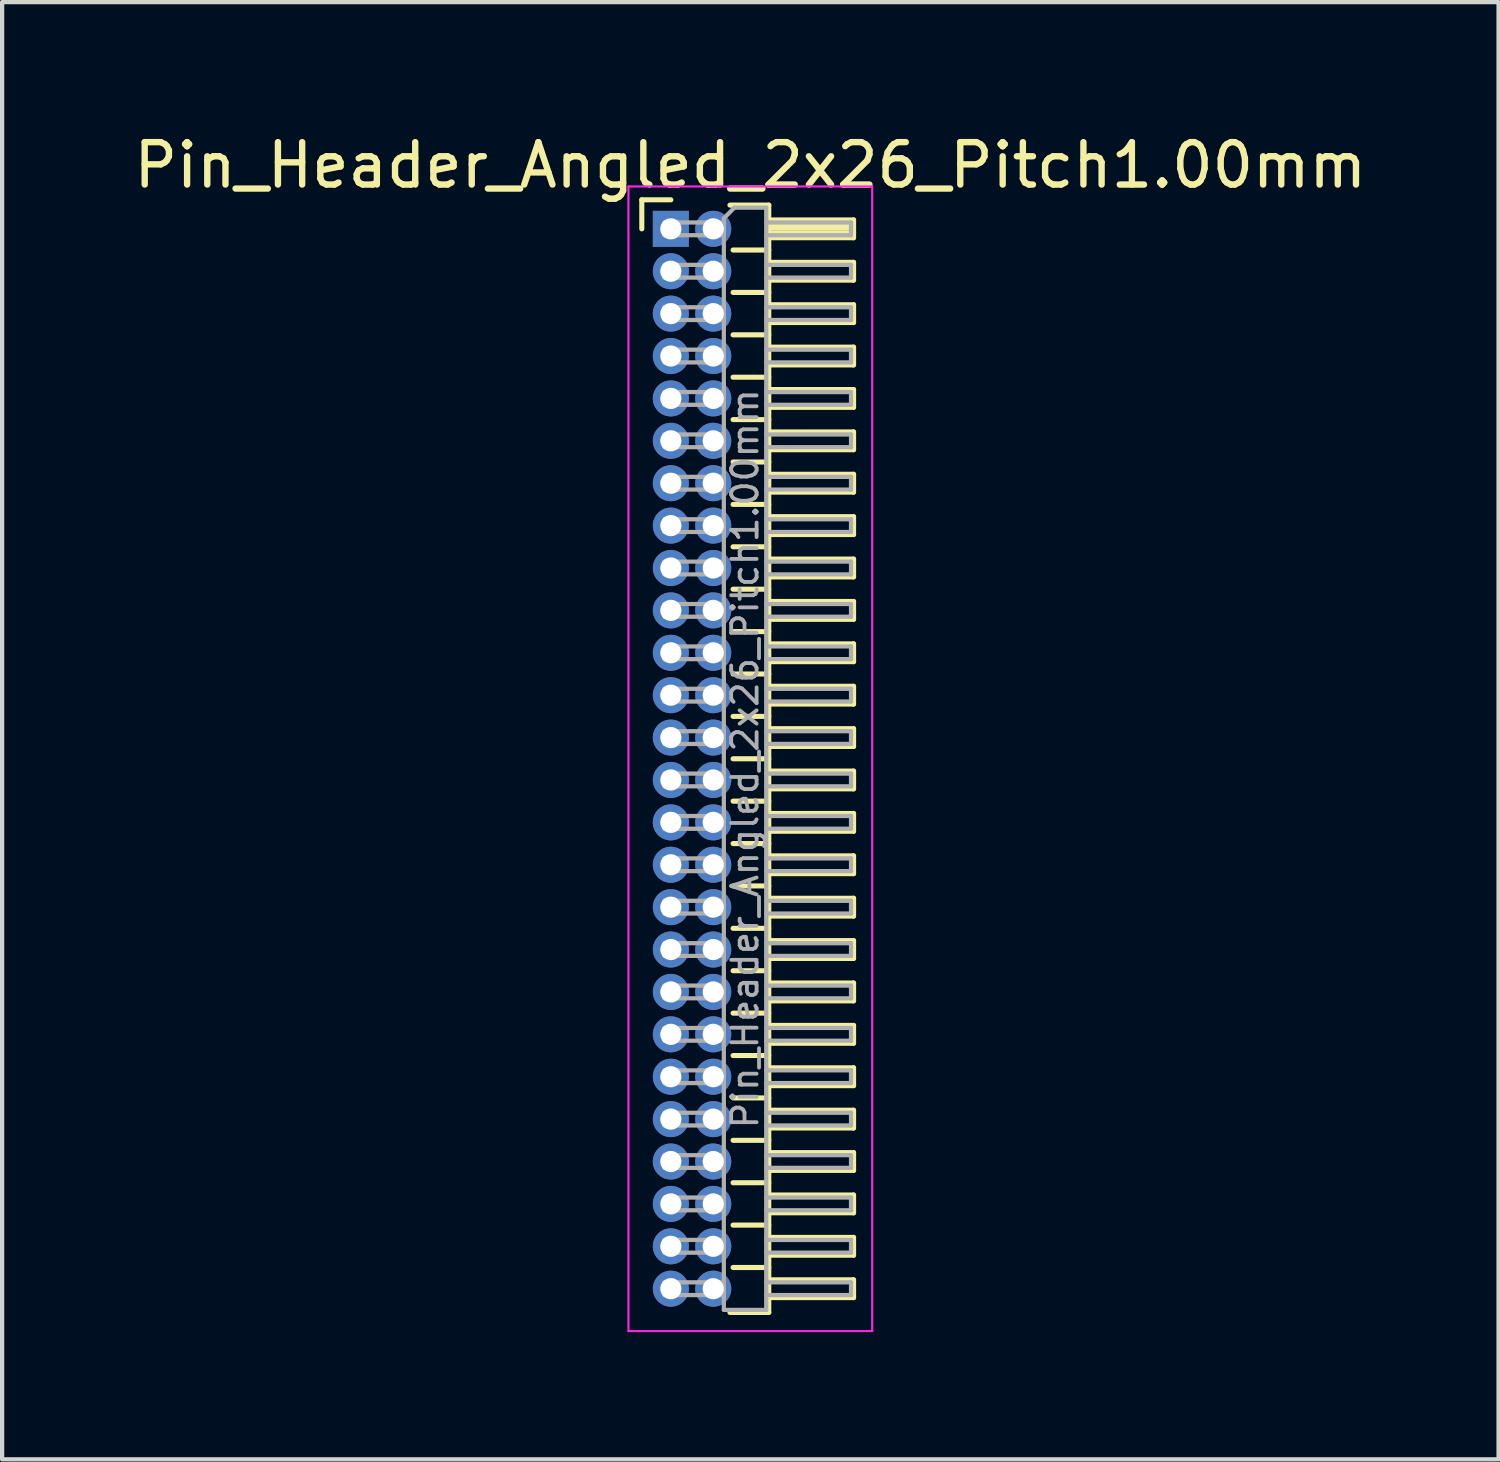
<source format=kicad_pcb>
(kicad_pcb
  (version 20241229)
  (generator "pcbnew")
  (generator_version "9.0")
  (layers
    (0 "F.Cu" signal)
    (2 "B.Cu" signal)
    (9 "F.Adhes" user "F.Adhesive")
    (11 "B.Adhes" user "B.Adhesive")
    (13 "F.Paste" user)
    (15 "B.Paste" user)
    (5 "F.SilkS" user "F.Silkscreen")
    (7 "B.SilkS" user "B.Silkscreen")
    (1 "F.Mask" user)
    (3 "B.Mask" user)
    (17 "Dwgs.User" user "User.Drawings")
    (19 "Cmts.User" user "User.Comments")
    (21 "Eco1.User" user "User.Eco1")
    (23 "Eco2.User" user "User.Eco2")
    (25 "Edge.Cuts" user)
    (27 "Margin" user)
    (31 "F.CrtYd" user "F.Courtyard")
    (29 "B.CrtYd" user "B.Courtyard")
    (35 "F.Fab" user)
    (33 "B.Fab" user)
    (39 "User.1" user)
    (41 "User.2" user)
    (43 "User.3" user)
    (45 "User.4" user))
  (footprint "Pin_Header_Angled_2x26_Pitch1.00mm"
    (layer "F.Cu")
    (at 12.774 2.348)
    (property "Reference" "Pin_Header_Angled_2x26_Pitch1.00mm" (at 1.875 -1.5 0) (layer "F.SilkS") (effects (font (size 1 1) (thickness 0.15))))
    (attr through_hole)
    (fp_line (start -0.685 -0.685) (end 0 -0.685) (stroke (width 0.12) (type solid)) (layer "F.SilkS"))
    (fp_line (start -0.685 0) (end -0.685 -0.685) (stroke (width 0.12) (type solid)) (layer "F.SilkS"))
    (fp_line (start 1.394 -0.56) (end 2.31 -0.56) (stroke (width 0.12) (type solid)) (layer "F.SilkS"))
    (fp_line (start 1.468 0.5) (end 2.31 0.5) (stroke (width 0.12) (type solid)) (layer "F.SilkS"))
    (fp_line (start 1.468 1.5) (end 2.31 1.5) (stroke (width 0.12) (type solid)) (layer "F.SilkS"))
    (fp_line (start 1.468 2.5) (end 2.31 2.5) (stroke (width 0.12) (type solid)) (layer "F.SilkS"))
    (fp_line (start 1.468 3.5) (end 2.31 3.5) (stroke (width 0.12) (type solid)) (layer "F.SilkS"))
    (fp_line (start 1.468 4.5) (end 2.31 4.5) (stroke (width 0.12) (type solid)) (layer "F.SilkS"))
    (fp_line (start 1.468 5.5) (end 2.31 5.5) (stroke (width 0.12) (type solid)) (layer "F.SilkS"))
    (fp_line (start 1.468 6.5) (end 2.31 6.5) (stroke (width 0.12) (type solid)) (layer "F.SilkS"))
    (fp_line (start 1.468 7.5) (end 2.31 7.5) (stroke (width 0.12) (type solid)) (layer "F.SilkS"))
    (fp_line (start 1.468 8.5) (end 2.31 8.5) (stroke (width 0.12) (type solid)) (layer "F.SilkS"))
    (fp_line (start 1.468 9.5) (end 2.31 9.5) (stroke (width 0.12) (type solid)) (layer "F.SilkS"))
    (fp_line (start 1.468 10.5) (end 2.31 10.5) (stroke (width 0.12) (type solid)) (layer "F.SilkS"))
    (fp_line (start 1.468 11.5) (end 2.31 11.5) (stroke (width 0.12) (type solid)) (layer "F.SilkS"))
    (fp_line (start 1.468 12.5) (end 2.31 12.5) (stroke (width 0.12) (type solid)) (layer "F.SilkS"))
    (fp_line (start 1.468 13.5) (end 2.31 13.5) (stroke (width 0.12) (type solid)) (layer "F.SilkS"))
    (fp_line (start 1.468 14.5) (end 2.31 14.5) (stroke (width 0.12) (type solid)) (layer "F.SilkS"))
    (fp_line (start 1.468 15.5) (end 2.31 15.5) (stroke (width 0.12) (type solid)) (layer "F.SilkS"))
    (fp_line (start 1.468 16.5) (end 2.31 16.5) (stroke (width 0.12) (type solid)) (layer "F.SilkS"))
    (fp_line (start 1.468 17.5) (end 2.31 17.5) (stroke (width 0.12) (type solid)) (layer "F.SilkS"))
    (fp_line (start 1.468 18.5) (end 2.31 18.5) (stroke (width 0.12) (type solid)) (layer "F.SilkS"))
    (fp_line (start 1.468 19.5) (end 2.31 19.5) (stroke (width 0.12) (type solid)) (layer "F.SilkS"))
    (fp_line (start 1.468 20.5) (end 2.31 20.5) (stroke (width 0.12) (type solid)) (layer "F.SilkS"))
    (fp_line (start 1.468 21.5) (end 2.31 21.5) (stroke (width 0.12) (type solid)) (layer "F.SilkS"))
    (fp_line (start 1.468 22.5) (end 2.31 22.5) (stroke (width 0.12) (type solid)) (layer "F.SilkS"))
    (fp_line (start 1.468 23.5) (end 2.31 23.5) (stroke (width 0.12) (type solid)) (layer "F.SilkS"))
    (fp_line (start 1.468 24.5) (end 2.31 24.5) (stroke (width 0.12) (type solid)) (layer "F.SilkS"))
    (fp_line (start 2.31 -0.56) (end 2.31 25.56) (stroke (width 0.12) (type solid)) (layer "F.SilkS"))
    (fp_line (start 2.31 -0.21) (end 4.31 -0.21) (stroke (width 0.12) (type solid)) (layer "F.SilkS"))
    (fp_line (start 2.31 -0.15) (end 4.31 -0.15) (stroke (width 0.12) (type solid)) (layer "F.SilkS"))
    (fp_line (start 2.31 -0.03) (end 4.31 -0.03) (stroke (width 0.12) (type solid)) (layer "F.SilkS"))
    (fp_line (start 2.31 0.09) (end 4.31 0.09) (stroke (width 0.12) (type solid)) (layer "F.SilkS"))
    (fp_line (start 2.31 0.79) (end 4.31 0.79) (stroke (width 0.12) (type solid)) (layer "F.SilkS"))
    (fp_line (start 2.31 1.79) (end 4.31 1.79) (stroke (width 0.12) (type solid)) (layer "F.SilkS"))
    (fp_line (start 2.31 2.79) (end 4.31 2.79) (stroke (width 0.12) (type solid)) (layer "F.SilkS"))
    (fp_line (start 2.31 3.79) (end 4.31 3.79) (stroke (width 0.12) (type solid)) (layer "F.SilkS"))
    (fp_line (start 2.31 4.79) (end 4.31 4.79) (stroke (width 0.12) (type solid)) (layer "F.SilkS"))
    (fp_line (start 2.31 5.79) (end 4.31 5.79) (stroke (width 0.12) (type solid)) (layer "F.SilkS"))
    (fp_line (start 2.31 6.79) (end 4.31 6.79) (stroke (width 0.12) (type solid)) (layer "F.SilkS"))
    (fp_line (start 2.31 7.79) (end 4.31 7.79) (stroke (width 0.12) (type solid)) (layer "F.SilkS"))
    (fp_line (start 2.31 8.79) (end 4.31 8.79) (stroke (width 0.12) (type solid)) (layer "F.SilkS"))
    (fp_line (start 2.31 9.79) (end 4.31 9.79) (stroke (width 0.12) (type solid)) (layer "F.SilkS"))
    (fp_line (start 2.31 10.79) (end 4.31 10.79) (stroke (width 0.12) (type solid)) (layer "F.SilkS"))
    (fp_line (start 2.31 11.79) (end 4.31 11.79) (stroke (width 0.12) (type solid)) (layer "F.SilkS"))
    (fp_line (start 2.31 12.79) (end 4.31 12.79) (stroke (width 0.12) (type solid)) (layer "F.SilkS"))
    (fp_line (start 2.31 13.79) (end 4.31 13.79) (stroke (width 0.12) (type solid)) (layer "F.SilkS"))
    (fp_line (start 2.31 14.79) (end 4.31 14.79) (stroke (width 0.12) (type solid)) (layer "F.SilkS"))
    (fp_line (start 2.31 15.79) (end 4.31 15.79) (stroke (width 0.12) (type solid)) (layer "F.SilkS"))
    (fp_line (start 2.31 16.79) (end 4.31 16.79) (stroke (width 0.12) (type solid)) (layer "F.SilkS"))
    (fp_line (start 2.31 17.79) (end 4.31 17.79) (stroke (width 0.12) (type solid)) (layer "F.SilkS"))
    (fp_line (start 2.31 18.79) (end 4.31 18.79) (stroke (width 0.12) (type solid)) (layer "F.SilkS"))
    (fp_line (start 2.31 19.79) (end 4.31 19.79) (stroke (width 0.12) (type solid)) (layer "F.SilkS"))
    (fp_line (start 2.31 20.79) (end 4.31 20.79) (stroke (width 0.12) (type solid)) (layer "F.SilkS"))
    (fp_line (start 2.31 21.79) (end 4.31 21.79) (stroke (width 0.12) (type solid)) (layer "F.SilkS"))
    (fp_line (start 2.31 22.79) (end 4.31 22.79) (stroke (width 0.12) (type solid)) (layer "F.SilkS"))
    (fp_line (start 2.31 23.79) (end 4.31 23.79) (stroke (width 0.12) (type solid)) (layer "F.SilkS"))
    (fp_line (start 2.31 24.79) (end 4.31 24.79) (stroke (width 0.12) (type solid)) (layer "F.SilkS"))
    (fp_line (start 2.31 25.56) (end 1.394 25.56) (stroke (width 0.12) (type solid)) (layer "F.SilkS"))
    (fp_line (start 4.31 -0.21) (end 4.31 0.21) (stroke (width 0.12) (type solid)) (layer "F.SilkS"))
    (fp_line (start 4.31 0.21) (end 2.31 0.21) (stroke (width 0.12) (type solid)) (layer "F.SilkS"))
    (fp_line (start 4.31 0.79) (end 4.31 1.21) (stroke (width 0.12) (type solid)) (layer "F.SilkS"))
    (fp_line (start 4.31 1.21) (end 2.31 1.21) (stroke (width 0.12) (type solid)) (layer "F.SilkS"))
    (fp_line (start 4.31 1.79) (end 4.31 2.21) (stroke (width 0.12) (type solid)) (layer "F.SilkS"))
    (fp_line (start 4.31 2.21) (end 2.31 2.21) (stroke (width 0.12) (type solid)) (layer "F.SilkS"))
    (fp_line (start 4.31 2.79) (end 4.31 3.21) (stroke (width 0.12) (type solid)) (layer "F.SilkS"))
    (fp_line (start 4.31 3.21) (end 2.31 3.21) (stroke (width 0.12) (type solid)) (layer "F.SilkS"))
    (fp_line (start 4.31 3.79) (end 4.31 4.21) (stroke (width 0.12) (type solid)) (layer "F.SilkS"))
    (fp_line (start 4.31 4.21) (end 2.31 4.21) (stroke (width 0.12) (type solid)) (layer "F.SilkS"))
    (fp_line (start 4.31 4.79) (end 4.31 5.21) (stroke (width 0.12) (type solid)) (layer "F.SilkS"))
    (fp_line (start 4.31 5.21) (end 2.31 5.21) (stroke (width 0.12) (type solid)) (layer "F.SilkS"))
    (fp_line (start 4.31 5.79) (end 4.31 6.21) (stroke (width 0.12) (type solid)) (layer "F.SilkS"))
    (fp_line (start 4.31 6.21) (end 2.31 6.21) (stroke (width 0.12) (type solid)) (layer "F.SilkS"))
    (fp_line (start 4.31 6.79) (end 4.31 7.21) (stroke (width 0.12) (type solid)) (layer "F.SilkS"))
    (fp_line (start 4.31 7.21) (end 2.31 7.21) (stroke (width 0.12) (type solid)) (layer "F.SilkS"))
    (fp_line (start 4.31 7.79) (end 4.31 8.21) (stroke (width 0.12) (type solid)) (layer "F.SilkS"))
    (fp_line (start 4.31 8.21) (end 2.31 8.21) (stroke (width 0.12) (type solid)) (layer "F.SilkS"))
    (fp_line (start 4.31 8.79) (end 4.31 9.21) (stroke (width 0.12) (type solid)) (layer "F.SilkS"))
    (fp_line (start 4.31 9.21) (end 2.31 9.21) (stroke (width 0.12) (type solid)) (layer "F.SilkS"))
    (fp_line (start 4.31 9.79) (end 4.31 10.21) (stroke (width 0.12) (type solid)) (layer "F.SilkS"))
    (fp_line (start 4.31 10.21) (end 2.31 10.21) (stroke (width 0.12) (type solid)) (layer "F.SilkS"))
    (fp_line (start 4.31 10.79) (end 4.31 11.21) (stroke (width 0.12) (type solid)) (layer "F.SilkS"))
    (fp_line (start 4.31 11.21) (end 2.31 11.21) (stroke (width 0.12) (type solid)) (layer "F.SilkS"))
    (fp_line (start 4.31 11.79) (end 4.31 12.21) (stroke (width 0.12) (type solid)) (layer "F.SilkS"))
    (fp_line (start 4.31 12.21) (end 2.31 12.21) (stroke (width 0.12) (type solid)) (layer "F.SilkS"))
    (fp_line (start 4.31 12.79) (end 4.31 13.21) (stroke (width 0.12) (type solid)) (layer "F.SilkS"))
    (fp_line (start 4.31 13.21) (end 2.31 13.21) (stroke (width 0.12) (type solid)) (layer "F.SilkS"))
    (fp_line (start 4.31 13.79) (end 4.31 14.21) (stroke (width 0.12) (type solid)) (layer "F.SilkS"))
    (fp_line (start 4.31 14.21) (end 2.31 14.21) (stroke (width 0.12) (type solid)) (layer "F.SilkS"))
    (fp_line (start 4.31 14.79) (end 4.31 15.21) (stroke (width 0.12) (type solid)) (layer "F.SilkS"))
    (fp_line (start 4.31 15.21) (end 2.31 15.21) (stroke (width 0.12) (type solid)) (layer "F.SilkS"))
    (fp_line (start 4.31 15.79) (end 4.31 16.21) (stroke (width 0.12) (type solid)) (layer "F.SilkS"))
    (fp_line (start 4.31 16.21) (end 2.31 16.21) (stroke (width 0.12) (type solid)) (layer "F.SilkS"))
    (fp_line (start 4.31 16.79) (end 4.31 17.21) (stroke (width 0.12) (type solid)) (layer "F.SilkS"))
    (fp_line (start 4.31 17.21) (end 2.31 17.21) (stroke (width 0.12) (type solid)) (layer "F.SilkS"))
    (fp_line (start 4.31 17.79) (end 4.31 18.21) (stroke (width 0.12) (type solid)) (layer "F.SilkS"))
    (fp_line (start 4.31 18.21) (end 2.31 18.21) (stroke (width 0.12) (type solid)) (layer "F.SilkS"))
    (fp_line (start 4.31 18.79) (end 4.31 19.21) (stroke (width 0.12) (type solid)) (layer "F.SilkS"))
    (fp_line (start 4.31 19.21) (end 2.31 19.21) (stroke (width 0.12) (type solid)) (layer "F.SilkS"))
    (fp_line (start 4.31 19.79) (end 4.31 20.21) (stroke (width 0.12) (type solid)) (layer "F.SilkS"))
    (fp_line (start 4.31 20.21) (end 2.31 20.21) (stroke (width 0.12) (type solid)) (layer "F.SilkS"))
    (fp_line (start 4.31 20.79) (end 4.31 21.21) (stroke (width 0.12) (type solid)) (layer "F.SilkS"))
    (fp_line (start 4.31 21.21) (end 2.31 21.21) (stroke (width 0.12) (type solid)) (layer "F.SilkS"))
    (fp_line (start 4.31 21.79) (end 4.31 22.21) (stroke (width 0.12) (type solid)) (layer "F.SilkS"))
    (fp_line (start 4.31 22.21) (end 2.31 22.21) (stroke (width 0.12) (type solid)) (layer "F.SilkS"))
    (fp_line (start 4.31 22.79) (end 4.31 23.21) (stroke (width 0.12) (type solid)) (layer "F.SilkS"))
    (fp_line (start 4.31 23.21) (end 2.31 23.21) (stroke (width 0.12) (type solid)) (layer "F.SilkS"))
    (fp_line (start 4.31 23.79) (end 4.31 24.21) (stroke (width 0.12) (type solid)) (layer "F.SilkS"))
    (fp_line (start 4.31 24.21) (end 2.31 24.21) (stroke (width 0.12) (type solid)) (layer "F.SilkS"))
    (fp_line (start 4.31 24.79) (end 4.31 25.21) (stroke (width 0.12) (type solid)) (layer "F.SilkS"))
    (fp_line (start 4.31 25.21) (end 2.31 25.21) (stroke (width 0.12) (type solid)) (layer "F.SilkS"))
    (fp_line (start -1 -1) (end -1 26) (stroke (width 0.05) (type solid)) (layer "F.CrtYd"))
    (fp_line (start -1 26) (end 4.75 26) (stroke (width 0.05) (type solid)) (layer "F.CrtYd"))
    (fp_line (start 4.75 -1) (end -1 -1) (stroke (width 0.05) (type solid)) (layer "F.CrtYd"))
    (fp_line (start 4.75 26) (end 4.75 -1) (stroke (width 0.05) (type solid)) (layer "F.CrtYd"))
    (fp_line (start -0.15 -0.15) (end -0.15 0.15) (stroke (width 0.1) (type solid)) (layer "F.Fab"))
    (fp_line (start -0.15 -0.15) (end 1.25 -0.15) (stroke (width 0.1) (type solid)) (layer "F.Fab"))
    (fp_line (start -0.15 0.15) (end 1.25 0.15) (stroke (width 0.1) (type solid)) (layer "F.Fab"))
    (fp_line (start -0.15 0.85) (end -0.15 1.15) (stroke (width 0.1) (type solid)) (layer "F.Fab"))
    (fp_line (start -0.15 0.85) (end 1.25 0.85) (stroke (width 0.1) (type solid)) (layer "F.Fab"))
    (fp_line (start -0.15 1.15) (end 1.25 1.15) (stroke (width 0.1) (type solid)) (layer "F.Fab"))
    (fp_line (start -0.15 1.85) (end -0.15 2.15) (stroke (width 0.1) (type solid)) (layer "F.Fab"))
    (fp_line (start -0.15 1.85) (end 1.25 1.85) (stroke (width 0.1) (type solid)) (layer "F.Fab"))
    (fp_line (start -0.15 2.15) (end 1.25 2.15) (stroke (width 0.1) (type solid)) (layer "F.Fab"))
    (fp_line (start -0.15 2.85) (end -0.15 3.15) (stroke (width 0.1) (type solid)) (layer "F.Fab"))
    (fp_line (start -0.15 2.85) (end 1.25 2.85) (stroke (width 0.1) (type solid)) (layer "F.Fab"))
    (fp_line (start -0.15 3.15) (end 1.25 3.15) (stroke (width 0.1) (type solid)) (layer "F.Fab"))
    (fp_line (start -0.15 3.85) (end -0.15 4.15) (stroke (width 0.1) (type solid)) (layer "F.Fab"))
    (fp_line (start -0.15 3.85) (end 1.25 3.85) (stroke (width 0.1) (type solid)) (layer "F.Fab"))
    (fp_line (start -0.15 4.15) (end 1.25 4.15) (stroke (width 0.1) (type solid)) (layer "F.Fab"))
    (fp_line (start -0.15 4.85) (end -0.15 5.15) (stroke (width 0.1) (type solid)) (layer "F.Fab"))
    (fp_line (start -0.15 4.85) (end 1.25 4.85) (stroke (width 0.1) (type solid)) (layer "F.Fab"))
    (fp_line (start -0.15 5.15) (end 1.25 5.15) (stroke (width 0.1) (type solid)) (layer "F.Fab"))
    (fp_line (start -0.15 5.85) (end -0.15 6.15) (stroke (width 0.1) (type solid)) (layer "F.Fab"))
    (fp_line (start -0.15 5.85) (end 1.25 5.85) (stroke (width 0.1) (type solid)) (layer "F.Fab"))
    (fp_line (start -0.15 6.15) (end 1.25 6.15) (stroke (width 0.1) (type solid)) (layer "F.Fab"))
    (fp_line (start -0.15 6.85) (end -0.15 7.15) (stroke (width 0.1) (type solid)) (layer "F.Fab"))
    (fp_line (start -0.15 6.85) (end 1.25 6.85) (stroke (width 0.1) (type solid)) (layer "F.Fab"))
    (fp_line (start -0.15 7.15) (end 1.25 7.15) (stroke (width 0.1) (type solid)) (layer "F.Fab"))
    (fp_line (start -0.15 7.85) (end -0.15 8.15) (stroke (width 0.1) (type solid)) (layer "F.Fab"))
    (fp_line (start -0.15 7.85) (end 1.25 7.85) (stroke (width 0.1) (type solid)) (layer "F.Fab"))
    (fp_line (start -0.15 8.15) (end 1.25 8.15) (stroke (width 0.1) (type solid)) (layer "F.Fab"))
    (fp_line (start -0.15 8.85) (end -0.15 9.15) (stroke (width 0.1) (type solid)) (layer "F.Fab"))
    (fp_line (start -0.15 8.85) (end 1.25 8.85) (stroke (width 0.1) (type solid)) (layer "F.Fab"))
    (fp_line (start -0.15 9.15) (end 1.25 9.15) (stroke (width 0.1) (type solid)) (layer "F.Fab"))
    (fp_line (start -0.15 9.85) (end -0.15 10.15) (stroke (width 0.1) (type solid)) (layer "F.Fab"))
    (fp_line (start -0.15 9.85) (end 1.25 9.85) (stroke (width 0.1) (type solid)) (layer "F.Fab"))
    (fp_line (start -0.15 10.15) (end 1.25 10.15) (stroke (width 0.1) (type solid)) (layer "F.Fab"))
    (fp_line (start -0.15 10.85) (end -0.15 11.15) (stroke (width 0.1) (type solid)) (layer "F.Fab"))
    (fp_line (start -0.15 10.85) (end 1.25 10.85) (stroke (width 0.1) (type solid)) (layer "F.Fab"))
    (fp_line (start -0.15 11.15) (end 1.25 11.15) (stroke (width 0.1) (type solid)) (layer "F.Fab"))
    (fp_line (start -0.15 11.85) (end -0.15 12.15) (stroke (width 0.1) (type solid)) (layer "F.Fab"))
    (fp_line (start -0.15 11.85) (end 1.25 11.85) (stroke (width 0.1) (type solid)) (layer "F.Fab"))
    (fp_line (start -0.15 12.15) (end 1.25 12.15) (stroke (width 0.1) (type solid)) (layer "F.Fab"))
    (fp_line (start -0.15 12.85) (end -0.15 13.15) (stroke (width 0.1) (type solid)) (layer "F.Fab"))
    (fp_line (start -0.15 12.85) (end 1.25 12.85) (stroke (width 0.1) (type solid)) (layer "F.Fab"))
    (fp_line (start -0.15 13.15) (end 1.25 13.15) (stroke (width 0.1) (type solid)) (layer "F.Fab"))
    (fp_line (start -0.15 13.85) (end -0.15 14.15) (stroke (width 0.1) (type solid)) (layer "F.Fab"))
    (fp_line (start -0.15 13.85) (end 1.25 13.85) (stroke (width 0.1) (type solid)) (layer "F.Fab"))
    (fp_line (start -0.15 14.15) (end 1.25 14.15) (stroke (width 0.1) (type solid)) (layer "F.Fab"))
    (fp_line (start -0.15 14.85) (end -0.15 15.15) (stroke (width 0.1) (type solid)) (layer "F.Fab"))
    (fp_line (start -0.15 14.85) (end 1.25 14.85) (stroke (width 0.1) (type solid)) (layer "F.Fab"))
    (fp_line (start -0.15 15.15) (end 1.25 15.15) (stroke (width 0.1) (type solid)) (layer "F.Fab"))
    (fp_line (start -0.15 15.85) (end -0.15 16.15) (stroke (width 0.1) (type solid)) (layer "F.Fab"))
    (fp_line (start -0.15 15.85) (end 1.25 15.85) (stroke (width 0.1) (type solid)) (layer "F.Fab"))
    (fp_line (start -0.15 16.15) (end 1.25 16.15) (stroke (width 0.1) (type solid)) (layer "F.Fab"))
    (fp_line (start -0.15 16.85) (end -0.15 17.15) (stroke (width 0.1) (type solid)) (layer "F.Fab"))
    (fp_line (start -0.15 16.85) (end 1.25 16.85) (stroke (width 0.1) (type solid)) (layer "F.Fab"))
    (fp_line (start -0.15 17.15) (end 1.25 17.15) (stroke (width 0.1) (type solid)) (layer "F.Fab"))
    (fp_line (start -0.15 17.85) (end -0.15 18.15) (stroke (width 0.1) (type solid)) (layer "F.Fab"))
    (fp_line (start -0.15 17.85) (end 1.25 17.85) (stroke (width 0.1) (type solid)) (layer "F.Fab"))
    (fp_line (start -0.15 18.15) (end 1.25 18.15) (stroke (width 0.1) (type solid)) (layer "F.Fab"))
    (fp_line (start -0.15 18.85) (end -0.15 19.15) (stroke (width 0.1) (type solid)) (layer "F.Fab"))
    (fp_line (start -0.15 18.85) (end 1.25 18.85) (stroke (width 0.1) (type solid)) (layer "F.Fab"))
    (fp_line (start -0.15 19.15) (end 1.25 19.15) (stroke (width 0.1) (type solid)) (layer "F.Fab"))
    (fp_line (start -0.15 19.85) (end -0.15 20.15) (stroke (width 0.1) (type solid)) (layer "F.Fab"))
    (fp_line (start -0.15 19.85) (end 1.25 19.85) (stroke (width 0.1) (type solid)) (layer "F.Fab"))
    (fp_line (start -0.15 20.15) (end 1.25 20.15) (stroke (width 0.1) (type solid)) (layer "F.Fab"))
    (fp_line (start -0.15 20.85) (end -0.15 21.15) (stroke (width 0.1) (type solid)) (layer "F.Fab"))
    (fp_line (start -0.15 20.85) (end 1.25 20.85) (stroke (width 0.1) (type solid)) (layer "F.Fab"))
    (fp_line (start -0.15 21.15) (end 1.25 21.15) (stroke (width 0.1) (type solid)) (layer "F.Fab"))
    (fp_line (start -0.15 21.85) (end -0.15 22.15) (stroke (width 0.1) (type solid)) (layer "F.Fab"))
    (fp_line (start -0.15 21.85) (end 1.25 21.85) (stroke (width 0.1) (type solid)) (layer "F.Fab"))
    (fp_line (start -0.15 22.15) (end 1.25 22.15) (stroke (width 0.1) (type solid)) (layer "F.Fab"))
    (fp_line (start -0.15 22.85) (end -0.15 23.15) (stroke (width 0.1) (type solid)) (layer "F.Fab"))
    (fp_line (start -0.15 22.85) (end 1.25 22.85) (stroke (width 0.1) (type solid)) (layer "F.Fab"))
    (fp_line (start -0.15 23.15) (end 1.25 23.15) (stroke (width 0.1) (type solid)) (layer "F.Fab"))
    (fp_line (start -0.15 23.85) (end -0.15 24.15) (stroke (width 0.1) (type solid)) (layer "F.Fab"))
    (fp_line (start -0.15 23.85) (end 1.25 23.85) (stroke (width 0.1) (type solid)) (layer "F.Fab"))
    (fp_line (start -0.15 24.15) (end 1.25 24.15) (stroke (width 0.1) (type solid)) (layer "F.Fab"))
    (fp_line (start -0.15 24.85) (end -0.15 25.15) (stroke (width 0.1) (type solid)) (layer "F.Fab"))
    (fp_line (start -0.15 24.85) (end 1.25 24.85) (stroke (width 0.1) (type solid)) (layer "F.Fab"))
    (fp_line (start -0.15 25.15) (end 1.25 25.15) (stroke (width 0.1) (type solid)) (layer "F.Fab"))
    (fp_line (start 1.25 -0.25) (end 1.5 -0.5) (stroke (width 0.1) (type solid)) (layer "F.Fab"))
    (fp_line (start 1.25 25.5) (end 1.25 -0.25) (stroke (width 0.1) (type solid)) (layer "F.Fab"))
    (fp_line (start 1.5 -0.5) (end 2.25 -0.5) (stroke (width 0.1) (type solid)) (layer "F.Fab"))
    (fp_line (start 2.25 -0.5) (end 2.25 25.5) (stroke (width 0.1) (type solid)) (layer "F.Fab"))
    (fp_line (start 2.25 -0.15) (end 4.25 -0.15) (stroke (width 0.1) (type solid)) (layer "F.Fab"))
    (fp_line (start 2.25 0.15) (end 4.25 0.15) (stroke (width 0.1) (type solid)) (layer "F.Fab"))
    (fp_line (start 2.25 0.85) (end 4.25 0.85) (stroke (width 0.1) (type solid)) (layer "F.Fab"))
    (fp_line (start 2.25 1.15) (end 4.25 1.15) (stroke (width 0.1) (type solid)) (layer "F.Fab"))
    (fp_line (start 2.25 1.85) (end 4.25 1.85) (stroke (width 0.1) (type solid)) (layer "F.Fab"))
    (fp_line (start 2.25 2.15) (end 4.25 2.15) (stroke (width 0.1) (type solid)) (layer "F.Fab"))
    (fp_line (start 2.25 2.85) (end 4.25 2.85) (stroke (width 0.1) (type solid)) (layer "F.Fab"))
    (fp_line (start 2.25 3.15) (end 4.25 3.15) (stroke (width 0.1) (type solid)) (layer "F.Fab"))
    (fp_line (start 2.25 3.85) (end 4.25 3.85) (stroke (width 0.1) (type solid)) (layer "F.Fab"))
    (fp_line (start 2.25 4.15) (end 4.25 4.15) (stroke (width 0.1) (type solid)) (layer "F.Fab"))
    (fp_line (start 2.25 4.85) (end 4.25 4.85) (stroke (width 0.1) (type solid)) (layer "F.Fab"))
    (fp_line (start 2.25 5.15) (end 4.25 5.15) (stroke (width 0.1) (type solid)) (layer "F.Fab"))
    (fp_line (start 2.25 5.85) (end 4.25 5.85) (stroke (width 0.1) (type solid)) (layer "F.Fab"))
    (fp_line (start 2.25 6.15) (end 4.25 6.15) (stroke (width 0.1) (type solid)) (layer "F.Fab"))
    (fp_line (start 2.25 6.85) (end 4.25 6.85) (stroke (width 0.1) (type solid)) (layer "F.Fab"))
    (fp_line (start 2.25 7.15) (end 4.25 7.15) (stroke (width 0.1) (type solid)) (layer "F.Fab"))
    (fp_line (start 2.25 7.85) (end 4.25 7.85) (stroke (width 0.1) (type solid)) (layer "F.Fab"))
    (fp_line (start 2.25 8.15) (end 4.25 8.15) (stroke (width 0.1) (type solid)) (layer "F.Fab"))
    (fp_line (start 2.25 8.85) (end 4.25 8.85) (stroke (width 0.1) (type solid)) (layer "F.Fab"))
    (fp_line (start 2.25 9.15) (end 4.25 9.15) (stroke (width 0.1) (type solid)) (layer "F.Fab"))
    (fp_line (start 2.25 9.85) (end 4.25 9.85) (stroke (width 0.1) (type solid)) (layer "F.Fab"))
    (fp_line (start 2.25 10.15) (end 4.25 10.15) (stroke (width 0.1) (type solid)) (layer "F.Fab"))
    (fp_line (start 2.25 10.85) (end 4.25 10.85) (stroke (width 0.1) (type solid)) (layer "F.Fab"))
    (fp_line (start 2.25 11.15) (end 4.25 11.15) (stroke (width 0.1) (type solid)) (layer "F.Fab"))
    (fp_line (start 2.25 11.85) (end 4.25 11.85) (stroke (width 0.1) (type solid)) (layer "F.Fab"))
    (fp_line (start 2.25 12.15) (end 4.25 12.15) (stroke (width 0.1) (type solid)) (layer "F.Fab"))
    (fp_line (start 2.25 12.85) (end 4.25 12.85) (stroke (width 0.1) (type solid)) (layer "F.Fab"))
    (fp_line (start 2.25 13.15) (end 4.25 13.15) (stroke (width 0.1) (type solid)) (layer "F.Fab"))
    (fp_line (start 2.25 13.85) (end 4.25 13.85) (stroke (width 0.1) (type solid)) (layer "F.Fab"))
    (fp_line (start 2.25 14.15) (end 4.25 14.15) (stroke (width 0.1) (type solid)) (layer "F.Fab"))
    (fp_line (start 2.25 14.85) (end 4.25 14.85) (stroke (width 0.1) (type solid)) (layer "F.Fab"))
    (fp_line (start 2.25 15.15) (end 4.25 15.15) (stroke (width 0.1) (type solid)) (layer "F.Fab"))
    (fp_line (start 2.25 15.85) (end 4.25 15.85) (stroke (width 0.1) (type solid)) (layer "F.Fab"))
    (fp_line (start 2.25 16.15) (end 4.25 16.15) (stroke (width 0.1) (type solid)) (layer "F.Fab"))
    (fp_line (start 2.25 16.85) (end 4.25 16.85) (stroke (width 0.1) (type solid)) (layer "F.Fab"))
    (fp_line (start 2.25 17.15) (end 4.25 17.15) (stroke (width 0.1) (type solid)) (layer "F.Fab"))
    (fp_line (start 2.25 17.85) (end 4.25 17.85) (stroke (width 0.1) (type solid)) (layer "F.Fab"))
    (fp_line (start 2.25 18.15) (end 4.25 18.15) (stroke (width 0.1) (type solid)) (layer "F.Fab"))
    (fp_line (start 2.25 18.85) (end 4.25 18.85) (stroke (width 0.1) (type solid)) (layer "F.Fab"))
    (fp_line (start 2.25 19.15) (end 4.25 19.15) (stroke (width 0.1) (type solid)) (layer "F.Fab"))
    (fp_line (start 2.25 19.85) (end 4.25 19.85) (stroke (width 0.1) (type solid)) (layer "F.Fab"))
    (fp_line (start 2.25 20.15) (end 4.25 20.15) (stroke (width 0.1) (type solid)) (layer "F.Fab"))
    (fp_line (start 2.25 20.85) (end 4.25 20.85) (stroke (width 0.1) (type solid)) (layer "F.Fab"))
    (fp_line (start 2.25 21.15) (end 4.25 21.15) (stroke (width 0.1) (type solid)) (layer "F.Fab"))
    (fp_line (start 2.25 21.85) (end 4.25 21.85) (stroke (width 0.1) (type solid)) (layer "F.Fab"))
    (fp_line (start 2.25 22.15) (end 4.25 22.15) (stroke (width 0.1) (type solid)) (layer "F.Fab"))
    (fp_line (start 2.25 22.85) (end 4.25 22.85) (stroke (width 0.1) (type solid)) (layer "F.Fab"))
    (fp_line (start 2.25 23.15) (end 4.25 23.15) (stroke (width 0.1) (type solid)) (layer "F.Fab"))
    (fp_line (start 2.25 23.85) (end 4.25 23.85) (stroke (width 0.1) (type solid)) (layer "F.Fab"))
    (fp_line (start 2.25 24.15) (end 4.25 24.15) (stroke (width 0.1) (type solid)) (layer "F.Fab"))
    (fp_line (start 2.25 24.85) (end 4.25 24.85) (stroke (width 0.1) (type solid)) (layer "F.Fab"))
    (fp_line (start 2.25 25.15) (end 4.25 25.15) (stroke (width 0.1) (type solid)) (layer "F.Fab"))
    (fp_line (start 2.25 25.5) (end 1.25 25.5) (stroke (width 0.1) (type solid)) (layer "F.Fab"))
    (fp_line (start 4.25 -0.15) (end 4.25 0.15) (stroke (width 0.1) (type solid)) (layer "F.Fab"))
    (fp_line (start 4.25 0.85) (end 4.25 1.15) (stroke (width 0.1) (type solid)) (layer "F.Fab"))
    (fp_line (start 4.25 1.85) (end 4.25 2.15) (stroke (width 0.1) (type solid)) (layer "F.Fab"))
    (fp_line (start 4.25 2.85) (end 4.25 3.15) (stroke (width 0.1) (type solid)) (layer "F.Fab"))
    (fp_line (start 4.25 3.85) (end 4.25 4.15) (stroke (width 0.1) (type solid)) (layer "F.Fab"))
    (fp_line (start 4.25 4.85) (end 4.25 5.15) (stroke (width 0.1) (type solid)) (layer "F.Fab"))
    (fp_line (start 4.25 5.85) (end 4.25 6.15) (stroke (width 0.1) (type solid)) (layer "F.Fab"))
    (fp_line (start 4.25 6.85) (end 4.25 7.15) (stroke (width 0.1) (type solid)) (layer "F.Fab"))
    (fp_line (start 4.25 7.85) (end 4.25 8.15) (stroke (width 0.1) (type solid)) (layer "F.Fab"))
    (fp_line (start 4.25 8.85) (end 4.25 9.15) (stroke (width 0.1) (type solid)) (layer "F.Fab"))
    (fp_line (start 4.25 9.85) (end 4.25 10.15) (stroke (width 0.1) (type solid)) (layer "F.Fab"))
    (fp_line (start 4.25 10.85) (end 4.25 11.15) (stroke (width 0.1) (type solid)) (layer "F.Fab"))
    (fp_line (start 4.25 11.85) (end 4.25 12.15) (stroke (width 0.1) (type solid)) (layer "F.Fab"))
    (fp_line (start 4.25 12.85) (end 4.25 13.15) (stroke (width 0.1) (type solid)) (layer "F.Fab"))
    (fp_line (start 4.25 13.85) (end 4.25 14.15) (stroke (width 0.1) (type solid)) (layer "F.Fab"))
    (fp_line (start 4.25 14.85) (end 4.25 15.15) (stroke (width 0.1) (type solid)) (layer "F.Fab"))
    (fp_line (start 4.25 15.85) (end 4.25 16.15) (stroke (width 0.1) (type solid)) (layer "F.Fab"))
    (fp_line (start 4.25 16.85) (end 4.25 17.15) (stroke (width 0.1) (type solid)) (layer "F.Fab"))
    (fp_line (start 4.25 17.85) (end 4.25 18.15) (stroke (width 0.1) (type solid)) (layer "F.Fab"))
    (fp_line (start 4.25 18.85) (end 4.25 19.15) (stroke (width 0.1) (type solid)) (layer "F.Fab"))
    (fp_line (start 4.25 19.85) (end 4.25 20.15) (stroke (width 0.1) (type solid)) (layer "F.Fab"))
    (fp_line (start 4.25 20.85) (end 4.25 21.15) (stroke (width 0.1) (type solid)) (layer "F.Fab"))
    (fp_line (start 4.25 21.85) (end 4.25 22.15) (stroke (width 0.1) (type solid)) (layer "F.Fab"))
    (fp_line (start 4.25 22.85) (end 4.25 23.15) (stroke (width 0.1) (type solid)) (layer "F.Fab"))
    (fp_line (start 4.25 23.85) (end 4.25 24.15) (stroke (width 0.1) (type solid)) (layer "F.Fab"))
    (fp_line (start 4.25 24.85) (end 4.25 25.15) (stroke (width 0.1) (type solid)) (layer "F.Fab"))
    (fp_text user "${REFERENCE}" (at 1.75 12.5 90) (layer "F.Fab") (effects (font (size 0.6 0.6) (thickness 0.09))))
    (pad "1" thru_hole rect (at 0 0) (size 0.85 0.85) (drill 0.5) (layers "*.Cu" "*.Mask"))
    (pad "2" thru_hole oval (at 1 0) (size 0.85 0.85) (drill 0.5) (layers "*.Cu" "*.Mask"))
    (pad "3" thru_hole oval (at 0 1) (size 0.85 0.85) (drill 0.5) (layers "*.Cu" "*.Mask"))
    (pad "4" thru_hole oval (at 1 1) (size 0.85 0.85) (drill 0.5) (layers "*.Cu" "*.Mask"))
    (pad "5" thru_hole oval (at 0 2) (size 0.85 0.85) (drill 0.5) (layers "*.Cu" "*.Mask"))
    (pad "6" thru_hole oval (at 1 2) (size 0.85 0.85) (drill 0.5) (layers "*.Cu" "*.Mask"))
    (pad "7" thru_hole oval (at 0 3) (size 0.85 0.85) (drill 0.5) (layers "*.Cu" "*.Mask"))
    (pad "8" thru_hole oval (at 1 3) (size 0.85 0.85) (drill 0.5) (layers "*.Cu" "*.Mask"))
    (pad "9" thru_hole oval (at 0 4) (size 0.85 0.85) (drill 0.5) (layers "*.Cu" "*.Mask"))
    (pad "10" thru_hole oval (at 1 4) (size 0.85 0.85) (drill 0.5) (layers "*.Cu" "*.Mask"))
    (pad "11" thru_hole oval (at 0 5) (size 0.85 0.85) (drill 0.5) (layers "*.Cu" "*.Mask"))
    (pad "12" thru_hole oval (at 1 5) (size 0.85 0.85) (drill 0.5) (layers "*.Cu" "*.Mask"))
    (pad "13" thru_hole oval (at 0 6) (size 0.85 0.85) (drill 0.5) (layers "*.Cu" "*.Mask"))
    (pad "14" thru_hole oval (at 1 6) (size 0.85 0.85) (drill 0.5) (layers "*.Cu" "*.Mask"))
    (pad "15" thru_hole oval (at 0 7) (size 0.85 0.85) (drill 0.5) (layers "*.Cu" "*.Mask"))
    (pad "16" thru_hole oval (at 1 7) (size 0.85 0.85) (drill 0.5) (layers "*.Cu" "*.Mask"))
    (pad "17" thru_hole oval (at 0 8) (size 0.85 0.85) (drill 0.5) (layers "*.Cu" "*.Mask"))
    (pad "18" thru_hole oval (at 1 8) (size 0.85 0.85) (drill 0.5) (layers "*.Cu" "*.Mask"))
    (pad "19" thru_hole oval (at 0 9) (size 0.85 0.85) (drill 0.5) (layers "*.Cu" "*.Mask"))
    (pad "20" thru_hole oval (at 1 9) (size 0.85 0.85) (drill 0.5) (layers "*.Cu" "*.Mask"))
    (pad "21" thru_hole oval (at 0 10) (size 0.85 0.85) (drill 0.5) (layers "*.Cu" "*.Mask"))
    (pad "22" thru_hole oval (at 1 10) (size 0.85 0.85) (drill 0.5) (layers "*.Cu" "*.Mask"))
    (pad "23" thru_hole oval (at 0 11) (size 0.85 0.85) (drill 0.5) (layers "*.Cu" "*.Mask"))
    (pad "24" thru_hole oval (at 1 11) (size 0.85 0.85) (drill 0.5) (layers "*.Cu" "*.Mask"))
    (pad "25" thru_hole oval (at 0 12) (size 0.85 0.85) (drill 0.5) (layers "*.Cu" "*.Mask"))
    (pad "26" thru_hole oval (at 1 12) (size 0.85 0.85) (drill 0.5) (layers "*.Cu" "*.Mask"))
    (pad "27" thru_hole oval (at 0 13) (size 0.85 0.85) (drill 0.5) (layers "*.Cu" "*.Mask"))
    (pad "28" thru_hole oval (at 1 13) (size 0.85 0.85) (drill 0.5) (layers "*.Cu" "*.Mask"))
    (pad "29" thru_hole oval (at 0 14) (size 0.85 0.85) (drill 0.5) (layers "*.Cu" "*.Mask"))
    (pad "30" thru_hole oval (at 1 14) (size 0.85 0.85) (drill 0.5) (layers "*.Cu" "*.Mask"))
    (pad "31" thru_hole oval (at 0 15) (size 0.85 0.85) (drill 0.5) (layers "*.Cu" "*.Mask"))
    (pad "32" thru_hole oval (at 1 15) (size 0.85 0.85) (drill 0.5) (layers "*.Cu" "*.Mask"))
    (pad "33" thru_hole oval (at 0 16) (size 0.85 0.85) (drill 0.5) (layers "*.Cu" "*.Mask"))
    (pad "34" thru_hole oval (at 1 16) (size 0.85 0.85) (drill 0.5) (layers "*.Cu" "*.Mask"))
    (pad "35" thru_hole oval (at 0 17) (size 0.85 0.85) (drill 0.5) (layers "*.Cu" "*.Mask"))
    (pad "36" thru_hole oval (at 1 17) (size 0.85 0.85) (drill 0.5) (layers "*.Cu" "*.Mask"))
    (pad "37" thru_hole oval (at 0 18) (size 0.85 0.85) (drill 0.5) (layers "*.Cu" "*.Mask"))
    (pad "38" thru_hole oval (at 1 18) (size 0.85 0.85) (drill 0.5) (layers "*.Cu" "*.Mask"))
    (pad "39" thru_hole oval (at 0 19) (size 0.85 0.85) (drill 0.5) (layers "*.Cu" "*.Mask"))
    (pad "40" thru_hole oval (at 1 19) (size 0.85 0.85) (drill 0.5) (layers "*.Cu" "*.Mask"))
    (pad "41" thru_hole oval (at 0 20) (size 0.85 0.85) (drill 0.5) (layers "*.Cu" "*.Mask"))
    (pad "42" thru_hole oval (at 1 20) (size 0.85 0.85) (drill 0.5) (layers "*.Cu" "*.Mask"))
    (pad "43" thru_hole oval (at 0 21) (size 0.85 0.85) (drill 0.5) (layers "*.Cu" "*.Mask"))
    (pad "44" thru_hole oval (at 1 21) (size 0.85 0.85) (drill 0.5) (layers "*.Cu" "*.Mask"))
    (pad "45" thru_hole oval (at 0 22) (size 0.85 0.85) (drill 0.5) (layers "*.Cu" "*.Mask"))
    (pad "46" thru_hole oval (at 1 22) (size 0.85 0.85) (drill 0.5) (layers "*.Cu" "*.Mask"))
    (pad "47" thru_hole oval (at 0 23) (size 0.85 0.85) (drill 0.5) (layers "*.Cu" "*.Mask"))
    (pad "48" thru_hole oval (at 1 23) (size 0.85 0.85) (drill 0.5) (layers "*.Cu" "*.Mask"))
    (pad "49" thru_hole oval (at 0 24) (size 0.85 0.85) (drill 0.5) (layers "*.Cu" "*.Mask"))
    (pad "50" thru_hole oval (at 1 24) (size 0.85 0.85) (drill 0.5) (layers "*.Cu" "*.Mask"))
    (pad "51" thru_hole oval (at 0 25) (size 0.85 0.85) (drill 0.5) (layers "*.Cu" "*.Mask"))
    (pad "52" thru_hole oval (at 1 25) (size 0.85 0.85) (drill 0.5) (layers "*.Cu" "*.Mask")))
  (gr_rect
    (start -3 -3)
    (end 32.298 31.373)
    (stroke (width 0.1) (type default))
    (fill no)
    (layer "Edge.Cuts")))
</source>
